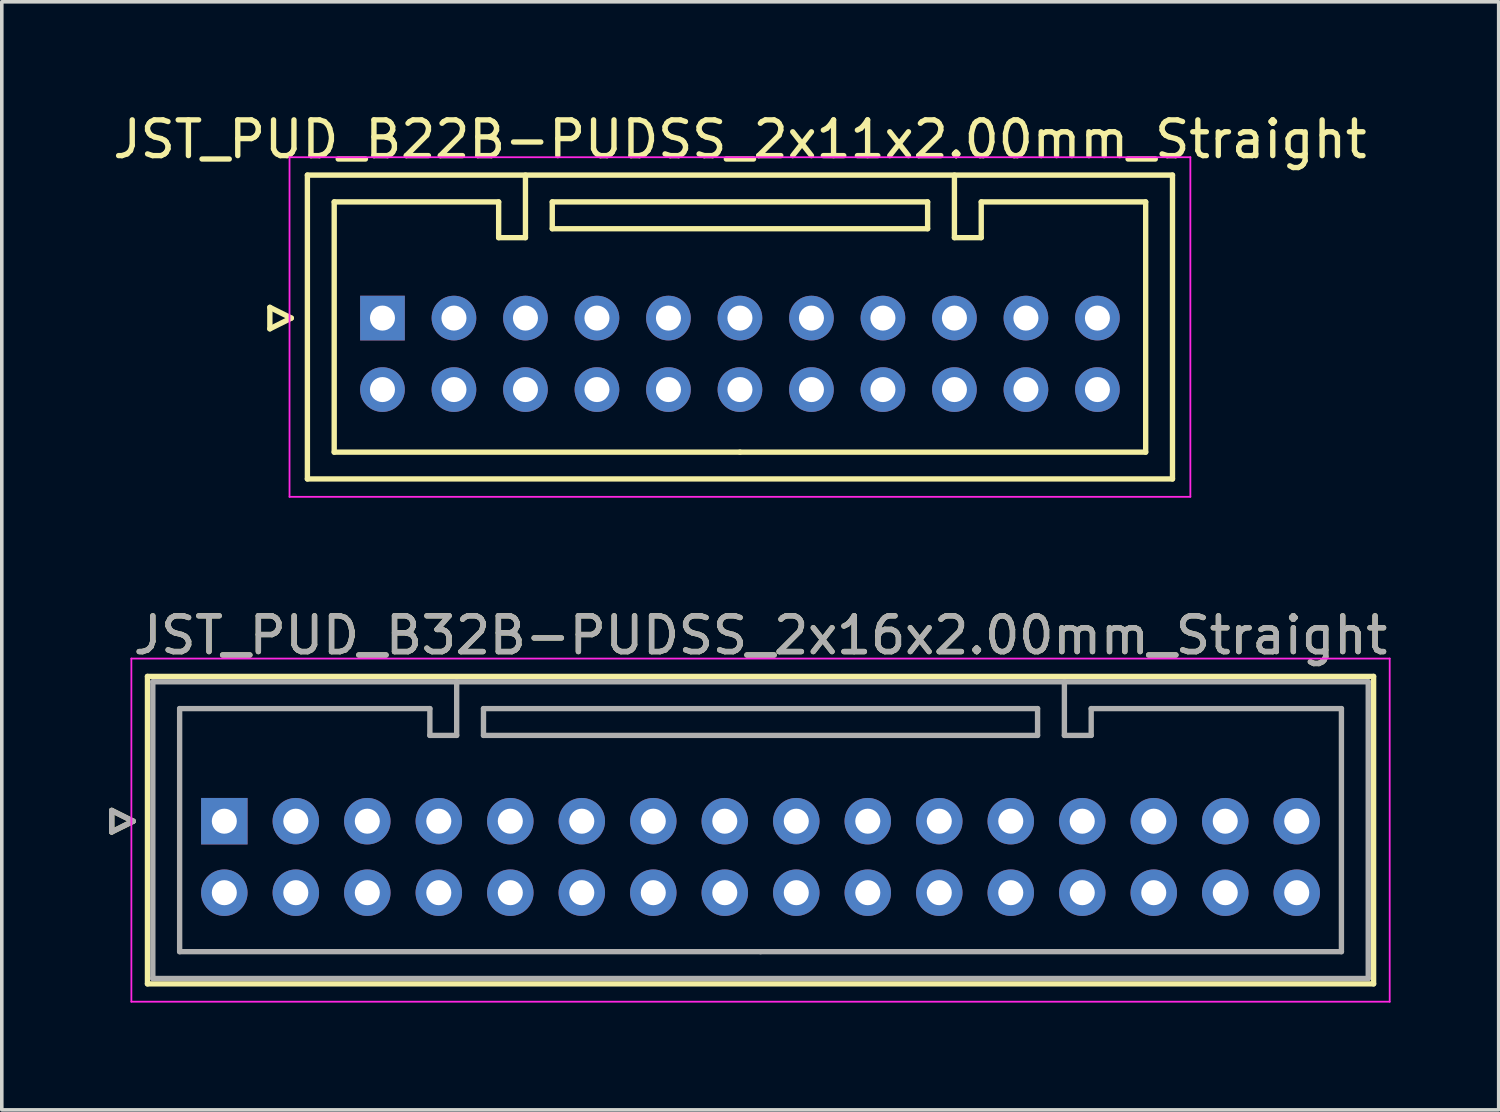
<source format=kicad_pcb>
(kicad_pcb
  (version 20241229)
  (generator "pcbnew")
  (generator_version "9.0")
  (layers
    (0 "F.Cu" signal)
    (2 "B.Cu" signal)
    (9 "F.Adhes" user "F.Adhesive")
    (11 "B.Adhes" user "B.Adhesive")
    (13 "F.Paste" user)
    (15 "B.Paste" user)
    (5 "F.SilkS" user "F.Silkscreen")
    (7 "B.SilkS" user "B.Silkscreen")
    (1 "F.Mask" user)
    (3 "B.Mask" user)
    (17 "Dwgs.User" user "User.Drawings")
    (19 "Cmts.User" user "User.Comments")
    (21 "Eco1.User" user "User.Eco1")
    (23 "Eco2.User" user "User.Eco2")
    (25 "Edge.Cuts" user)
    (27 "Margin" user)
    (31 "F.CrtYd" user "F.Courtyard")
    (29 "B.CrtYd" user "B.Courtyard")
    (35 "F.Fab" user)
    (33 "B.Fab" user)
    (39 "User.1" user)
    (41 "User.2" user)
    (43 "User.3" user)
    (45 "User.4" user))
  (footprint "JST_PUD_B32B-PUDSS_2x16x2.00mm_Straight"
    (layer "F.Cu")
    (at 3.225 19.922)
    (property "Reference" "JST_PUD_B32B-PUDSS_2x16x2.00mm_Straight" (at 15 -5.2 0) (layer "F.SilkS") (effects (font (size 1 1) (thickness 0.15))))
    (attr through_hole)
    (fp_line (start -3.15 -0.3) (end -2.55 0) (stroke (width 0.15) (type solid)) (layer "F.SilkS"))
    (fp_line (start -3.15 0.3) (end -3.15 -0.3) (stroke (width 0.15) (type solid)) (layer "F.SilkS"))
    (fp_line (start -2.55 0) (end -3.15 0.3) (stroke (width 0.15) (type solid)) (layer "F.SilkS"))
    (fp_line (start -2.15 -4.05) (end -2.15 4.55) (stroke (width 0.15) (type solid)) (layer "F.SilkS"))
    (fp_line (start -2.15 4.55) (end 32.15 4.55) (stroke (width 0.15) (type solid)) (layer "F.SilkS"))
    (fp_line (start 32.15 -4.05) (end -2.15 -4.05) (stroke (width 0.15) (type solid)) (layer "F.SilkS"))
    (fp_line (start 32.15 4.55) (end 32.15 -4.05) (stroke (width 0.15) (type solid)) (layer "F.SilkS"))
    (fp_line (start -2.6 -4.55) (end -2.6 5.05) (stroke (width 0.05) (type solid)) (layer "F.CrtYd"))
    (fp_line (start -2.6 5.05) (end 32.6 5.05) (stroke (width 0.05) (type solid)) (layer "F.CrtYd"))
    (fp_line (start 32.6 -4.55) (end -2.6 -4.55) (stroke (width 0.05) (type solid)) (layer "F.CrtYd"))
    (fp_line (start 32.6 5.05) (end 32.6 -4.55) (stroke (width 0.05) (type solid)) (layer "F.CrtYd"))
    (fp_line (start -3.15 -0.3) (end -2.55 0) (stroke (width 0.15) (type solid)) (layer "F.Fab"))
    (fp_line (start -3.15 0.3) (end -3.15 -0.3) (stroke (width 0.15) (type solid)) (layer "F.Fab"))
    (fp_line (start -2.55 0) (end -3.15 0.3) (stroke (width 0.15) (type solid)) (layer "F.Fab"))
    (fp_line (start -2 -3.9) (end -2 4.4) (stroke (width 0.15) (type solid)) (layer "F.Fab"))
    (fp_line (start -2 4.4) (end 32 4.4) (stroke (width 0.15) (type solid)) (layer "F.Fab"))
    (fp_line (start -1.25 -3.15) (end -1.25 3.65) (stroke (width 0.15) (type solid)) (layer "F.Fab"))
    (fp_line (start -1.25 3.65) (end 15 3.65) (stroke (width 0.15) (type solid)) (layer "F.Fab"))
    (fp_line (start 5.75 -3.15) (end -1.25 -3.15) (stroke (width 0.15) (type solid)) (layer "F.Fab"))
    (fp_line (start 5.75 -2.4) (end 5.75 -3.15) (stroke (width 0.15) (type solid)) (layer "F.Fab"))
    (fp_line (start 6.5 -3.9) (end 6.5 -2.4) (stroke (width 0.15) (type solid)) (layer "F.Fab"))
    (fp_line (start 6.5 -2.4) (end 5.75 -2.4) (stroke (width 0.15) (type solid)) (layer "F.Fab"))
    (fp_line (start 7.25 -3.15) (end 7.25 -2.4) (stroke (width 0.15) (type solid)) (layer "F.Fab"))
    (fp_line (start 7.25 -2.4) (end 22.75 -2.4) (stroke (width 0.15) (type solid)) (layer "F.Fab"))
    (fp_line (start 22.75 -3.15) (end 7.25 -3.15) (stroke (width 0.15) (type solid)) (layer "F.Fab"))
    (fp_line (start 22.75 -2.4) (end 22.75 -3.15) (stroke (width 0.15) (type solid)) (layer "F.Fab"))
    (fp_line (start 23.5 -3.9) (end 23.5 -2.4) (stroke (width 0.15) (type solid)) (layer "F.Fab"))
    (fp_line (start 23.5 -2.4) (end 24.25 -2.4) (stroke (width 0.15) (type solid)) (layer "F.Fab"))
    (fp_line (start 24.25 -3.15) (end 31.25 -3.15) (stroke (width 0.15) (type solid)) (layer "F.Fab"))
    (fp_line (start 24.25 -2.4) (end 24.25 -3.15) (stroke (width 0.15) (type solid)) (layer "F.Fab"))
    (fp_line (start 31.25 -3.15) (end 31.25 3.65) (stroke (width 0.15) (type solid)) (layer "F.Fab"))
    (fp_line (start 31.25 3.65) (end 15 3.65) (stroke (width 0.15) (type solid)) (layer "F.Fab"))
    (fp_line (start 32 -3.9) (end -2 -3.9) (stroke (width 0.15) (type solid)) (layer "F.Fab"))
    (fp_line (start 32 4.4) (end 32 -3.9) (stroke (width 0.15) (type solid)) (layer "F.Fab"))
    (fp_text user "${REFERENCE}" (at 15 -5.2 0) (layer "F.Fab") (effects (font (size 1 1) (thickness 0.15))))
    (pad "1" thru_hole rect (at 0 0) (size 1.3 1.3) (drill 0.7) (layers "*.Cu" "*.Mask"))
    (pad "2" thru_hole circle (at 0 2) (size 1.3 1.3) (drill 0.7) (layers "*.Cu" "*.Mask"))
    (pad "3" thru_hole circle (at 2 0) (size 1.3 1.3) (drill 0.7) (layers "*.Cu" "*.Mask"))
    (pad "4" thru_hole circle (at 2 2) (size 1.3 1.3) (drill 0.7) (layers "*.Cu" "*.Mask"))
    (pad "5" thru_hole circle (at 4 0) (size 1.3 1.3) (drill 0.7) (layers "*.Cu" "*.Mask"))
    (pad "6" thru_hole circle (at 4 2) (size 1.3 1.3) (drill 0.7) (layers "*.Cu" "*.Mask"))
    (pad "7" thru_hole circle (at 6 0) (size 1.3 1.3) (drill 0.7) (layers "*.Cu" "*.Mask"))
    (pad "8" thru_hole circle (at 6 2) (size 1.3 1.3) (drill 0.7) (layers "*.Cu" "*.Mask"))
    (pad "9" thru_hole circle (at 8 0) (size 1.3 1.3) (drill 0.7) (layers "*.Cu" "*.Mask"))
    (pad "10" thru_hole circle (at 8 2) (size 1.3 1.3) (drill 0.7) (layers "*.Cu" "*.Mask"))
    (pad "11" thru_hole circle (at 10 0) (size 1.3 1.3) (drill 0.7) (layers "*.Cu" "*.Mask"))
    (pad "12" thru_hole circle (at 10 2) (size 1.3 1.3) (drill 0.7) (layers "*.Cu" "*.Mask"))
    (pad "13" thru_hole circle (at 12 0) (size 1.3 1.3) (drill 0.7) (layers "*.Cu" "*.Mask"))
    (pad "14" thru_hole circle (at 12 2) (size 1.3 1.3) (drill 0.7) (layers "*.Cu" "*.Mask"))
    (pad "15" thru_hole circle (at 14 0) (size 1.3 1.3) (drill 0.7) (layers "*.Cu" "*.Mask"))
    (pad "16" thru_hole circle (at 14 2) (size 1.3 1.3) (drill 0.7) (layers "*.Cu" "*.Mask"))
    (pad "17" thru_hole circle (at 16 0) (size 1.3 1.3) (drill 0.7) (layers "*.Cu" "*.Mask"))
    (pad "18" thru_hole circle (at 16 2) (size 1.3 1.3) (drill 0.7) (layers "*.Cu" "*.Mask"))
    (pad "19" thru_hole circle (at 18 0) (size 1.3 1.3) (drill 0.7) (layers "*.Cu" "*.Mask"))
    (pad "20" thru_hole circle (at 18 2) (size 1.3 1.3) (drill 0.7) (layers "*.Cu" "*.Mask"))
    (pad "21" thru_hole circle (at 20 0) (size 1.3 1.3) (drill 0.7) (layers "*.Cu" "*.Mask"))
    (pad "22" thru_hole circle (at 20 2) (size 1.3 1.3) (drill 0.7) (layers "*.Cu" "*.Mask"))
    (pad "23" thru_hole circle (at 22 0) (size 1.3 1.3) (drill 0.7) (layers "*.Cu" "*.Mask"))
    (pad "24" thru_hole circle (at 22 2) (size 1.3 1.3) (drill 0.7) (layers "*.Cu" "*.Mask"))
    (pad "25" thru_hole circle (at 24 0) (size 1.3 1.3) (drill 0.7) (layers "*.Cu" "*.Mask"))
    (pad "26" thru_hole circle (at 24 2) (size 1.3 1.3) (drill 0.7) (layers "*.Cu" "*.Mask"))
    (pad "27" thru_hole circle (at 26 0) (size 1.3 1.3) (drill 0.7) (layers "*.Cu" "*.Mask"))
    (pad "28" thru_hole circle (at 26 2) (size 1.3 1.3) (drill 0.7) (layers "*.Cu" "*.Mask"))
    (pad "29" thru_hole circle (at 28 0) (size 1.3 1.3) (drill 0.7) (layers "*.Cu" "*.Mask"))
    (pad "30" thru_hole circle (at 28 2) (size 1.3 1.3) (drill 0.7) (layers "*.Cu" "*.Mask"))
    (pad "31" thru_hole circle (at 30 0) (size 1.3 1.3) (drill 0.7) (layers "*.Cu" "*.Mask"))
    (pad "32" thru_hole circle (at 30 2) (size 1.3 1.3) (drill 0.7) (layers "*.Cu" "*.Mask")))
  (footprint "JST_PUD_B22B-PUDSS_2x11x2.00mm_Straight"
    (layer "F.Cu")
    (at 7.649 5.848)
    (property "Reference" "JST_PUD_B22B-PUDSS_2x11x2.00mm_Straight" (at 10 -5 0) (layer "F.SilkS") (effects (font (size 1 1) (thickness 0.15))))
    (attr through_hole)
    (fp_line (start -3.15 -0.3) (end -3.15 0.3) (stroke (width 0.15) (type solid)) (layer "F.SilkS"))
    (fp_line (start -3.15 0.3) (end -2.55 0) (stroke (width 0.15) (type solid)) (layer "F.SilkS"))
    (fp_line (start -2.55 0) (end -3.15 -0.3) (stroke (width 0.15) (type solid)) (layer "F.SilkS"))
    (fp_line (start -2.1 -4) (end -2.1 4.5) (stroke (width 0.15) (type solid)) (layer "F.SilkS"))
    (fp_line (start -2.1 4.5) (end 22.1 4.5) (stroke (width 0.15) (type solid)) (layer "F.SilkS"))
    (fp_line (start -1.35 -3.25) (end -1.35 3.75) (stroke (width 0.15) (type solid)) (layer "F.SilkS"))
    (fp_line (start -1.35 3.75) (end 10 3.75) (stroke (width 0.15) (type solid)) (layer "F.SilkS"))
    (fp_line (start 3.25 -3.25) (end -1.35 -3.25) (stroke (width 0.15) (type solid)) (layer "F.SilkS"))
    (fp_line (start 3.25 -2.25) (end 3.25 -3.25) (stroke (width 0.15) (type solid)) (layer "F.SilkS"))
    (fp_line (start 4 -4) (end 4 -2.25) (stroke (width 0.15) (type solid)) (layer "F.SilkS"))
    (fp_line (start 4 -2.25) (end 3.25 -2.25) (stroke (width 0.15) (type solid)) (layer "F.SilkS"))
    (fp_line (start 4.75 -3.25) (end 4.75 -2.5) (stroke (width 0.15) (type solid)) (layer "F.SilkS"))
    (fp_line (start 4.75 -2.5) (end 15.25 -2.5) (stroke (width 0.15) (type solid)) (layer "F.SilkS"))
    (fp_line (start 15.25 -3.25) (end 4.75 -3.25) (stroke (width 0.15) (type solid)) (layer "F.SilkS"))
    (fp_line (start 15.25 -2.5) (end 15.25 -3.25) (stroke (width 0.15) (type solid)) (layer "F.SilkS"))
    (fp_line (start 16 -4) (end 16 -2.25) (stroke (width 0.15) (type solid)) (layer "F.SilkS"))
    (fp_line (start 16 -2.25) (end 16.75 -2.25) (stroke (width 0.15) (type solid)) (layer "F.SilkS"))
    (fp_line (start 16.75 -3.25) (end 21.35 -3.25) (stroke (width 0.15) (type solid)) (layer "F.SilkS"))
    (fp_line (start 16.75 -2.25) (end 16.75 -3.25) (stroke (width 0.15) (type solid)) (layer "F.SilkS"))
    (fp_line (start 21.35 -3.25) (end 21.35 3.75) (stroke (width 0.15) (type solid)) (layer "F.SilkS"))
    (fp_line (start 21.35 3.75) (end 10 3.75) (stroke (width 0.15) (type solid)) (layer "F.SilkS"))
    (fp_line (start 22.1 -4) (end -2.1 -4) (stroke (width 0.15) (type solid)) (layer "F.SilkS"))
    (fp_line (start 22.1 4.5) (end 22.1 -4) (stroke (width 0.15) (type solid)) (layer "F.SilkS"))
    (fp_line (start -2.6 -4.5) (end -2.6 5) (stroke (width 0.05) (type solid)) (layer "F.CrtYd"))
    (fp_line (start -2.6 5) (end 22.6 5) (stroke (width 0.05) (type solid)) (layer "F.CrtYd"))
    (fp_line (start 22.6 -4.5) (end -2.6 -4.5) (stroke (width 0.05) (type solid)) (layer "F.CrtYd"))
    (fp_line (start 22.6 5) (end 22.6 -4.5) (stroke (width 0.05) (type solid)) (layer "F.CrtYd"))
    (pad "1" thru_hole rect (at 0 0) (size 1.25 1.25) (drill 0.7) (layers "*.Cu" "*.Mask"))
    (pad "2" thru_hole circle (at 0 2) (size 1.25 1.25) (drill 0.7) (layers "*.Cu" "*.Mask"))
    (pad "3" thru_hole circle (at 2 0) (size 1.25 1.25) (drill 0.7) (layers "*.Cu" "*.Mask"))
    (pad "4" thru_hole circle (at 2 2) (size 1.25 1.25) (drill 0.7) (layers "*.Cu" "*.Mask"))
    (pad "5" thru_hole circle (at 4 0) (size 1.25 1.25) (drill 0.7) (layers "*.Cu" "*.Mask"))
    (pad "6" thru_hole circle (at 4 2) (size 1.25 1.25) (drill 0.7) (layers "*.Cu" "*.Mask"))
    (pad "7" thru_hole circle (at 6 0) (size 1.25 1.25) (drill 0.7) (layers "*.Cu" "*.Mask"))
    (pad "8" thru_hole circle (at 6 2) (size 1.25 1.25) (drill 0.7) (layers "*.Cu" "*.Mask"))
    (pad "9" thru_hole circle (at 8 0) (size 1.25 1.25) (drill 0.7) (layers "*.Cu" "*.Mask"))
    (pad "10" thru_hole circle (at 8 2) (size 1.25 1.25) (drill 0.7) (layers "*.Cu" "*.Mask"))
    (pad "11" thru_hole circle (at 10 0) (size 1.25 1.25) (drill 0.7) (layers "*.Cu" "*.Mask"))
    (pad "12" thru_hole circle (at 10 2) (size 1.25 1.25) (drill 0.7) (layers "*.Cu" "*.Mask"))
    (pad "13" thru_hole circle (at 12 0) (size 1.25 1.25) (drill 0.7) (layers "*.Cu" "*.Mask"))
    (pad "14" thru_hole circle (at 12 2) (size 1.25 1.25) (drill 0.7) (layers "*.Cu" "*.Mask"))
    (pad "15" thru_hole circle (at 14 0) (size 1.25 1.25) (drill 0.7) (layers "*.Cu" "*.Mask"))
    (pad "16" thru_hole circle (at 14 2) (size 1.25 1.25) (drill 0.7) (layers "*.Cu" "*.Mask"))
    (pad "17" thru_hole circle (at 16 0) (size 1.25 1.25) (drill 0.7) (layers "*.Cu" "*.Mask"))
    (pad "18" thru_hole circle (at 16 2) (size 1.25 1.25) (drill 0.7) (layers "*.Cu" "*.Mask"))
    (pad "19" thru_hole circle (at 18 0) (size 1.25 1.25) (drill 0.7) (layers "*.Cu" "*.Mask"))
    (pad "20" thru_hole circle (at 18 2) (size 1.25 1.25) (drill 0.7) (layers "*.Cu" "*.Mask"))
    (pad "21" thru_hole circle (at 20 0) (size 1.25 1.25) (drill 0.7) (layers "*.Cu" "*.Mask"))
    (pad "22" thru_hole circle (at 20 2) (size 1.25 1.25) (drill 0.7) (layers "*.Cu" "*.Mask")))
  (gr_rect
    (start -3 -3)
    (end 38.874 27.997)
    (stroke (width 0.1) (type default))
    (fill no)
    (layer "Edge.Cuts")))
</source>
